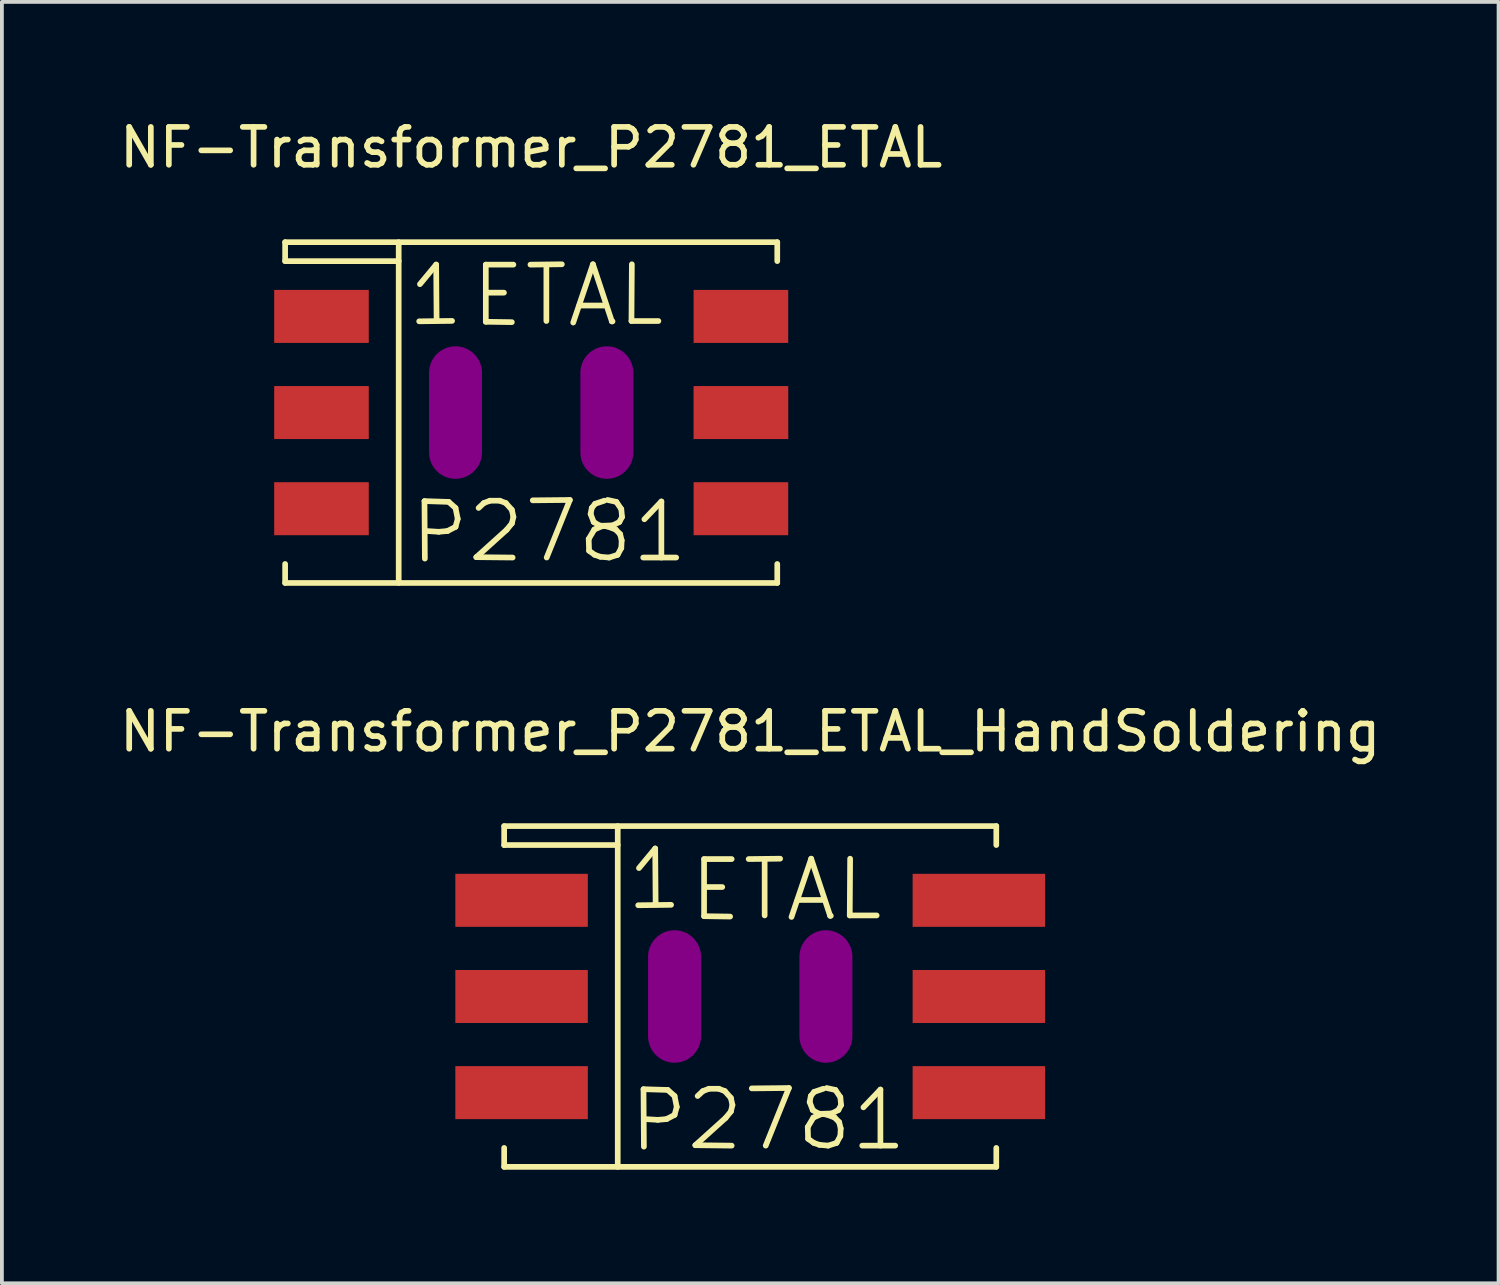
<source format=kicad_pcb>
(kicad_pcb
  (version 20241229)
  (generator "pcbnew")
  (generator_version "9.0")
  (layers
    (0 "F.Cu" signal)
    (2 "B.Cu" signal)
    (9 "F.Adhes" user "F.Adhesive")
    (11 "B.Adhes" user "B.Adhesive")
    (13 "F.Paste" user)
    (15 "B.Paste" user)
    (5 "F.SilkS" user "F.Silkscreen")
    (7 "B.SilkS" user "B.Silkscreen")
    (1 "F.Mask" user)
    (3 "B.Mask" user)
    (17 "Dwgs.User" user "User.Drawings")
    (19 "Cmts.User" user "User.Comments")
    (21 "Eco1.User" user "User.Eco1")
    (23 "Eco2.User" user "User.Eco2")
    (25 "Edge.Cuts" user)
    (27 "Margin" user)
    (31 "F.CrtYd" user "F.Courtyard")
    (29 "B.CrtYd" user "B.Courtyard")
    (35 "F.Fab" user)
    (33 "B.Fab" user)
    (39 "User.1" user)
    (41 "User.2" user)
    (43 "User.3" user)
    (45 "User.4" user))
  (footprint "NF-Transformer_P2781_ETAL_HandSoldering"
    (layer "F.Cu")
    (at 16.768 23.273)
    (property "Reference" "NF-Transformer_P2781_ETAL_HandSoldering" (at 0 -7 0) (layer "F.SilkS") (effects (font (size 1 1) (thickness 0.15))))
    (attr smd)
    (fp_line (start -6.5 -4.501) (end -6.5 -4) (stroke (width 0.15) (type solid)) (layer "F.SilkS"))
    (fp_line (start -6.5 -4.501) (end 6.5 -4.501) (stroke (width 0.15) (type solid)) (layer "F.SilkS"))
    (fp_line (start -6.5 -4) (end -3.5 -4) (stroke (width 0.15) (type solid)) (layer "F.SilkS"))
    (fp_line (start -6.5 4.501) (end -6.5 4) (stroke (width 0.15) (type solid)) (layer "F.SilkS"))
    (fp_line (start -3.5 -4.501) (end -3.5 4.501) (stroke (width 0.15) (type solid)) (layer "F.SilkS"))
    (fp_line (start -2.959 -2.41) (end -2.09 -2.421) (stroke (width 0.15) (type solid)) (layer "F.SilkS"))
    (fp_line (start -2.939 -3.391) (end -2.51 -3.909) (stroke (width 0.15) (type solid)) (layer "F.SilkS"))
    (fp_line (start -2.819 2.449) (end -2.179 2.469) (stroke (width 0.15) (type solid)) (layer "F.SilkS"))
    (fp_line (start -2.809 3.967) (end -2.819 2.449) (stroke (width 0.15) (type solid)) (layer "F.SilkS"))
    (fp_line (start -2.51 -3.909) (end -2.499 -2.431) (stroke (width 0.15) (type solid)) (layer "F.SilkS"))
    (fp_line (start -2.441 3.259) (end -2.771 3.239) (stroke (width 0.15) (type solid)) (layer "F.SilkS"))
    (fp_line (start -2.21 3.239) (end -2.441 3.259) (stroke (width 0.15) (type solid)) (layer "F.SilkS"))
    (fp_line (start -2.179 2.469) (end -1.999 2.629) (stroke (width 0.15) (type solid)) (layer "F.SilkS"))
    (fp_line (start -1.999 2.629) (end -1.941 2.918) (stroke (width 0.15) (type solid)) (layer "F.SilkS"))
    (fp_line (start -1.999 3.129) (end -2.21 3.239) (stroke (width 0.15) (type solid)) (layer "F.SilkS"))
    (fp_line (start -1.941 2.918) (end -1.999 3.129) (stroke (width 0.15) (type solid)) (layer "F.SilkS"))
    (fp_line (start -1.45 3.929) (end -0.49 3.94) (stroke (width 0.15) (type solid)) (layer "F.SilkS"))
    (fp_line (start -1.389 2.629) (end -1.25 2.499) (stroke (width 0.15) (type solid)) (layer "F.SilkS"))
    (fp_line (start -1.25 2.499) (end -1.09 2.438) (stroke (width 0.15) (type solid)) (layer "F.SilkS"))
    (fp_line (start -1.219 -3.63) (end -1.219 -2.121) (stroke (width 0.15) (type solid)) (layer "F.SilkS"))
    (fp_line (start -1.219 -2.121) (end -0.531 -2.111) (stroke (width 0.15) (type solid)) (layer "F.SilkS"))
    (fp_line (start -1.191 -2.891) (end -0.739 -2.891) (stroke (width 0.15) (type solid)) (layer "F.SilkS"))
    (fp_line (start -1.09 2.438) (end -0.831 2.438) (stroke (width 0.15) (type solid)) (layer "F.SilkS"))
    (fp_line (start -0.831 2.438) (end -0.671 2.499) (stroke (width 0.15) (type solid)) (layer "F.SilkS"))
    (fp_line (start -0.671 2.499) (end -0.511 2.68) (stroke (width 0.15) (type solid)) (layer "F.SilkS"))
    (fp_line (start -0.65 3.208) (end -1.45 3.929) (stroke (width 0.15) (type solid)) (layer "F.SilkS"))
    (fp_line (start -0.511 2.68) (end -0.47 2.868) (stroke (width 0.15) (type solid)) (layer "F.SilkS"))
    (fp_line (start -0.511 3.038) (end -0.65 3.208) (stroke (width 0.15) (type solid)) (layer "F.SilkS"))
    (fp_line (start -0.49 -3.63) (end -1.219 -3.63) (stroke (width 0.15) (type solid)) (layer "F.SilkS"))
    (fp_line (start -0.47 2.868) (end -0.511 3.038) (stroke (width 0.15) (type solid)) (layer "F.SilkS"))
    (fp_line (start -0.041 -3.63) (end 0.79 -3.64) (stroke (width 0.15) (type solid)) (layer "F.SilkS"))
    (fp_line (start 0.041 2.428) (end 1.021 2.418) (stroke (width 0.15) (type solid)) (layer "F.SilkS"))
    (fp_line (start 0.381 -3.609) (end 0.381 -2.141) (stroke (width 0.15) (type solid)) (layer "F.SilkS"))
    (fp_line (start 1.021 2.418) (end 0.409 3.94) (stroke (width 0.15) (type solid)) (layer "F.SilkS"))
    (fp_line (start 1.09 -2.101) (end 1.61 -3.64) (stroke (width 0.15) (type solid)) (layer "F.SilkS"))
    (fp_line (start 1.25 -2.55) (end 1.9 -2.55) (stroke (width 0.15) (type solid)) (layer "F.SilkS"))
    (fp_line (start 1.519 3.449) (end 1.529 3.759) (stroke (width 0.15) (type solid)) (layer "F.SilkS"))
    (fp_line (start 1.529 3.759) (end 1.679 3.868) (stroke (width 0.15) (type solid)) (layer "F.SilkS"))
    (fp_line (start 1.57 2.789) (end 1.6 2.629) (stroke (width 0.15) (type solid)) (layer "F.SilkS"))
    (fp_line (start 1.6 2.629) (end 1.689 2.52) (stroke (width 0.15) (type solid)) (layer "F.SilkS"))
    (fp_line (start 1.61 -3.64) (end 2.111 -2.131) (stroke (width 0.15) (type solid)) (layer "F.SilkS"))
    (fp_line (start 1.651 3) (end 1.57 2.789) (stroke (width 0.15) (type solid)) (layer "F.SilkS"))
    (fp_line (start 1.669 3.198) (end 1.519 3.449) (stroke (width 0.15) (type solid)) (layer "F.SilkS"))
    (fp_line (start 1.679 3.868) (end 1.829 3.919) (stroke (width 0.15) (type solid)) (layer "F.SilkS"))
    (fp_line (start 1.689 2.52) (end 1.93 2.438) (stroke (width 0.15) (type solid)) (layer "F.SilkS"))
    (fp_line (start 1.791 3.089) (end 1.651 3) (stroke (width 0.15) (type solid)) (layer "F.SilkS"))
    (fp_line (start 1.829 3.919) (end 2.06 3.94) (stroke (width 0.15) (type solid)) (layer "F.SilkS"))
    (fp_line (start 1.9 3.099) (end 1.669 3.198) (stroke (width 0.15) (type solid)) (layer "F.SilkS"))
    (fp_line (start 2.019 2.418) (end 2.25 2.469) (stroke (width 0.15) (type solid)) (layer "F.SilkS"))
    (fp_line (start 2.019 3.119) (end 1.791 3.089) (stroke (width 0.15) (type solid)) (layer "F.SilkS"))
    (fp_line (start 2.06 3.94) (end 2.281 3.868) (stroke (width 0.15) (type solid)) (layer "F.SilkS"))
    (fp_line (start 2.111 -2.131) (end 2.129 -2.131) (stroke (width 0.15) (type solid)) (layer "F.SilkS"))
    (fp_line (start 2.159 3.089) (end 1.9 3.099) (stroke (width 0.15) (type solid)) (layer "F.SilkS"))
    (fp_line (start 2.23 3.198) (end 2.019 3.119) (stroke (width 0.15) (type solid)) (layer "F.SilkS"))
    (fp_line (start 2.25 2.469) (end 2.38 2.659) (stroke (width 0.15) (type solid)) (layer "F.SilkS"))
    (fp_line (start 2.281 3.868) (end 2.38 3.688) (stroke (width 0.15) (type solid)) (layer "F.SilkS"))
    (fp_line (start 2.329 3) (end 2.159 3.089) (stroke (width 0.15) (type solid)) (layer "F.SilkS"))
    (fp_line (start 2.349 3.32) (end 2.23 3.198) (stroke (width 0.15) (type solid)) (layer "F.SilkS"))
    (fp_line (start 2.38 2.659) (end 2.4 2.868) (stroke (width 0.15) (type solid)) (layer "F.SilkS"))
    (fp_line (start 2.38 3.688) (end 2.39 3.487) (stroke (width 0.15) (type solid)) (layer "F.SilkS"))
    (fp_line (start 2.39 3.487) (end 2.349 3.32) (stroke (width 0.15) (type solid)) (layer "F.SilkS"))
    (fp_line (start 2.4 2.868) (end 2.329 3) (stroke (width 0.15) (type solid)) (layer "F.SilkS"))
    (fp_line (start 2.629 -2.141) (end 3.34 -2.141) (stroke (width 0.15) (type solid)) (layer "F.SilkS"))
    (fp_line (start 2.639 -3.64) (end 2.629 -2.141) (stroke (width 0.15) (type solid)) (layer "F.SilkS"))
    (fp_line (start 2.959 3.94) (end 3.83 3.94) (stroke (width 0.15) (type solid)) (layer "F.SilkS"))
    (fp_line (start 2.99 2.929) (end 3.439 2.459) (stroke (width 0.15) (type solid)) (layer "F.SilkS"))
    (fp_line (start 3.439 2.459) (end 3.439 3.94) (stroke (width 0.15) (type solid)) (layer "F.SilkS"))
    (fp_line (start 6.5 -4.501) (end 6.5 -4) (stroke (width 0.15) (type solid)) (layer "F.SilkS"))
    (fp_line (start 6.5 4.501) (end -6.5 4.501) (stroke (width 0.15) (type solid)) (layer "F.SilkS"))
    (fp_line (start 6.5 4.501) (end 6.5 4) (stroke (width 0.15) (type solid)) (layer "F.SilkS"))
    (pad "" smd oval (at -1.999 0 90) (size 3.5 1.4) (layers "F.Adhes"))
    (pad "" smd oval (at 1.999 0 90) (size 3.5 1.4) (layers "F.Adhes"))
    (pad "1" smd rect (at -6.04 -2.54) (size 3.5 1.4) (layers "F.Cu" "F.Mask" "F.Paste"))
    (pad "2" smd rect (at -6.04 0) (size 3.5 1.4) (layers "F.Cu" "F.Mask" "F.Paste"))
    (pad "3" smd rect (at -6.04 2.54) (size 3.5 1.4) (layers "F.Cu" "F.Mask" "F.Paste"))
    (pad "4" smd rect (at 6.04 2.54) (size 3.5 1.4) (layers "F.Cu" "F.Mask" "F.Paste"))
    (pad "5" smd rect (at 6.04 0) (size 3.5 1.4) (layers "F.Cu" "F.Mask" "F.Paste"))
    (pad "6" smd rect (at 6.04 -2.54) (size 3.5 1.4) (layers "F.Cu" "F.Mask" "F.Paste")))
  (footprint "NF-Transformer_P2781_ETAL"
    (layer "F.Cu")
    (at 10.982 7.848)
    (property "Reference" "NF-Transformer_P2781_ETAL" (at 0 -7 0) (layer "F.SilkS") (effects (font (size 1 1) (thickness 0.15))))
    (attr smd)
    (fp_line (start -6.5 -4.501) (end -6.5 -4) (stroke (width 0.15) (type solid)) (layer "F.SilkS"))
    (fp_line (start -6.5 -4.501) (end 6.5 -4.501) (stroke (width 0.15) (type solid)) (layer "F.SilkS"))
    (fp_line (start -6.5 -4) (end -3.5 -4) (stroke (width 0.15) (type solid)) (layer "F.SilkS"))
    (fp_line (start -6.5 4.501) (end -6.5 4) (stroke (width 0.15) (type solid)) (layer "F.SilkS"))
    (fp_line (start -3.5 -4.501) (end -3.5 4.501) (stroke (width 0.15) (type solid)) (layer "F.SilkS"))
    (fp_line (start -2.959 -2.41) (end -2.09 -2.421) (stroke (width 0.15) (type solid)) (layer "F.SilkS"))
    (fp_line (start -2.939 -3.391) (end -2.51 -3.909) (stroke (width 0.15) (type solid)) (layer "F.SilkS"))
    (fp_line (start -2.819 2.339) (end -2.179 2.36) (stroke (width 0.15) (type solid)) (layer "F.SilkS"))
    (fp_line (start -2.809 3.858) (end -2.819 2.339) (stroke (width 0.15) (type solid)) (layer "F.SilkS"))
    (fp_line (start -2.51 -3.909) (end -2.499 -2.431) (stroke (width 0.15) (type solid)) (layer "F.SilkS"))
    (fp_line (start -2.441 3.15) (end -2.771 3.129) (stroke (width 0.15) (type solid)) (layer "F.SilkS"))
    (fp_line (start -2.21 3.129) (end -2.441 3.15) (stroke (width 0.15) (type solid)) (layer "F.SilkS"))
    (fp_line (start -2.179 2.36) (end -1.999 2.52) (stroke (width 0.15) (type solid)) (layer "F.SilkS"))
    (fp_line (start -1.999 2.52) (end -1.941 2.809) (stroke (width 0.15) (type solid)) (layer "F.SilkS"))
    (fp_line (start -1.999 3.02) (end -2.21 3.129) (stroke (width 0.15) (type solid)) (layer "F.SilkS"))
    (fp_line (start -1.941 2.809) (end -1.999 3.02) (stroke (width 0.15) (type solid)) (layer "F.SilkS"))
    (fp_line (start -1.45 3.82) (end -0.49 3.83) (stroke (width 0.15) (type solid)) (layer "F.SilkS"))
    (fp_line (start -1.389 2.52) (end -1.25 2.39) (stroke (width 0.15) (type solid)) (layer "F.SilkS"))
    (fp_line (start -1.25 2.39) (end -1.09 2.329) (stroke (width 0.15) (type solid)) (layer "F.SilkS"))
    (fp_line (start -1.199 -3.907) (end -1.199 -2.398) (stroke (width 0.15) (type solid)) (layer "F.SilkS"))
    (fp_line (start -1.199 -2.398) (end -0.511 -2.388) (stroke (width 0.15) (type solid)) (layer "F.SilkS"))
    (fp_line (start -1.171 -3.167) (end -0.719 -3.167) (stroke (width 0.15) (type solid)) (layer "F.SilkS"))
    (fp_line (start -1.09 2.329) (end -0.831 2.329) (stroke (width 0.15) (type solid)) (layer "F.SilkS"))
    (fp_line (start -0.831 2.329) (end -0.671 2.39) (stroke (width 0.15) (type solid)) (layer "F.SilkS"))
    (fp_line (start -0.671 2.39) (end -0.511 2.57) (stroke (width 0.15) (type solid)) (layer "F.SilkS"))
    (fp_line (start -0.65 3.099) (end -1.45 3.82) (stroke (width 0.15) (type solid)) (layer "F.SilkS"))
    (fp_line (start -0.511 2.57) (end -0.47 2.758) (stroke (width 0.15) (type solid)) (layer "F.SilkS"))
    (fp_line (start -0.511 2.929) (end -0.65 3.099) (stroke (width 0.15) (type solid)) (layer "F.SilkS"))
    (fp_line (start -0.47 -3.907) (end -1.199 -3.907) (stroke (width 0.15) (type solid)) (layer "F.SilkS"))
    (fp_line (start -0.47 2.758) (end -0.511 2.929) (stroke (width 0.15) (type solid)) (layer "F.SilkS"))
    (fp_line (start -0.02 -3.907) (end 0.81 -3.917) (stroke (width 0.15) (type solid)) (layer "F.SilkS"))
    (fp_line (start 0.041 2.319) (end 1.021 2.309) (stroke (width 0.15) (type solid)) (layer "F.SilkS"))
    (fp_line (start 0.401 -3.886) (end 0.401 -2.418) (stroke (width 0.15) (type solid)) (layer "F.SilkS"))
    (fp_line (start 1.021 2.309) (end 0.409 3.83) (stroke (width 0.15) (type solid)) (layer "F.SilkS"))
    (fp_line (start 1.11 -2.377) (end 1.631 -3.917) (stroke (width 0.15) (type solid)) (layer "F.SilkS"))
    (fp_line (start 1.27 -2.827) (end 1.92 -2.827) (stroke (width 0.15) (type solid)) (layer "F.SilkS"))
    (fp_line (start 1.519 3.34) (end 1.529 3.65) (stroke (width 0.15) (type solid)) (layer "F.SilkS"))
    (fp_line (start 1.529 3.65) (end 1.679 3.759) (stroke (width 0.15) (type solid)) (layer "F.SilkS"))
    (fp_line (start 1.57 2.68) (end 1.6 2.52) (stroke (width 0.15) (type solid)) (layer "F.SilkS"))
    (fp_line (start 1.6 2.52) (end 1.689 2.41) (stroke (width 0.15) (type solid)) (layer "F.SilkS"))
    (fp_line (start 1.631 -3.917) (end 2.131 -2.408) (stroke (width 0.15) (type solid)) (layer "F.SilkS"))
    (fp_line (start 1.651 2.891) (end 1.57 2.68) (stroke (width 0.15) (type solid)) (layer "F.SilkS"))
    (fp_line (start 1.669 3.089) (end 1.519 3.34) (stroke (width 0.15) (type solid)) (layer "F.SilkS"))
    (fp_line (start 1.679 3.759) (end 1.829 3.81) (stroke (width 0.15) (type solid)) (layer "F.SilkS"))
    (fp_line (start 1.689 2.41) (end 1.93 2.329) (stroke (width 0.15) (type solid)) (layer "F.SilkS"))
    (fp_line (start 1.791 2.979) (end 1.651 2.891) (stroke (width 0.15) (type solid)) (layer "F.SilkS"))
    (fp_line (start 1.829 3.81) (end 2.06 3.83) (stroke (width 0.15) (type solid)) (layer "F.SilkS"))
    (fp_line (start 1.9 2.99) (end 1.669 3.089) (stroke (width 0.15) (type solid)) (layer "F.SilkS"))
    (fp_line (start 2.019 2.309) (end 2.25 2.36) (stroke (width 0.15) (type solid)) (layer "F.SilkS"))
    (fp_line (start 2.019 3.01) (end 1.791 2.979) (stroke (width 0.15) (type solid)) (layer "F.SilkS"))
    (fp_line (start 2.06 3.83) (end 2.281 3.759) (stroke (width 0.15) (type solid)) (layer "F.SilkS"))
    (fp_line (start 2.131 -2.408) (end 2.149 -2.408) (stroke (width 0.15) (type solid)) (layer "F.SilkS"))
    (fp_line (start 2.159 2.979) (end 1.9 2.99) (stroke (width 0.15) (type solid)) (layer "F.SilkS"))
    (fp_line (start 2.23 3.089) (end 2.019 3.01) (stroke (width 0.15) (type solid)) (layer "F.SilkS"))
    (fp_line (start 2.25 2.36) (end 2.38 2.55) (stroke (width 0.15) (type solid)) (layer "F.SilkS"))
    (fp_line (start 2.281 3.759) (end 2.38 3.579) (stroke (width 0.15) (type solid)) (layer "F.SilkS"))
    (fp_line (start 2.329 2.891) (end 2.159 2.979) (stroke (width 0.15) (type solid)) (layer "F.SilkS"))
    (fp_line (start 2.349 3.211) (end 2.23 3.089) (stroke (width 0.15) (type solid)) (layer "F.SilkS"))
    (fp_line (start 2.38 2.55) (end 2.4 2.758) (stroke (width 0.15) (type solid)) (layer "F.SilkS"))
    (fp_line (start 2.38 3.579) (end 2.39 3.378) (stroke (width 0.15) (type solid)) (layer "F.SilkS"))
    (fp_line (start 2.39 3.378) (end 2.349 3.211) (stroke (width 0.15) (type solid)) (layer "F.SilkS"))
    (fp_line (start 2.4 2.758) (end 2.329 2.891) (stroke (width 0.15) (type solid)) (layer "F.SilkS"))
    (fp_line (start 2.649 -2.418) (end 3.36 -2.418) (stroke (width 0.15) (type solid)) (layer "F.SilkS"))
    (fp_line (start 2.659 -3.917) (end 2.649 -2.418) (stroke (width 0.15) (type solid)) (layer "F.SilkS"))
    (fp_line (start 2.959 3.83) (end 3.83 3.83) (stroke (width 0.15) (type solid)) (layer "F.SilkS"))
    (fp_line (start 2.99 2.819) (end 3.439 2.349) (stroke (width 0.15) (type solid)) (layer "F.SilkS"))
    (fp_line (start 3.439 2.349) (end 3.439 3.83) (stroke (width 0.15) (type solid)) (layer "F.SilkS"))
    (fp_line (start 6.5 -4.501) (end 6.5 -4) (stroke (width 0.15) (type solid)) (layer "F.SilkS"))
    (fp_line (start 6.5 4.501) (end -6.5 4.501) (stroke (width 0.15) (type solid)) (layer "F.SilkS"))
    (fp_line (start 6.5 4.501) (end 6.5 4) (stroke (width 0.15) (type solid)) (layer "F.SilkS"))
    (pad "" smd oval (at -1.999 0 90) (size 3.5 1.4) (layers "F.Adhes"))
    (pad "" smd oval (at 1.999 0 90) (size 3.5 1.4) (layers "F.Adhes"))
    (pad "1" smd rect (at -5.54 -2.54) (size 2.499 1.4) (layers "F.Cu" "F.Mask" "F.Paste"))
    (pad "2" smd rect (at -5.54 0) (size 2.499 1.4) (layers "F.Cu" "F.Mask" "F.Paste"))
    (pad "3" smd rect (at -5.54 2.54) (size 2.499 1.4) (layers "F.Cu" "F.Mask" "F.Paste"))
    (pad "4" smd rect (at 5.54 2.54) (size 2.499 1.4) (layers "F.Cu" "F.Mask" "F.Paste"))
    (pad "5" smd rect (at 5.54 0) (size 2.502 1.4) (layers "F.Cu" "F.Mask" "F.Paste"))
    (pad "6" smd rect (at 5.54 -2.54) (size 2.499 1.4) (layers "F.Cu" "F.Mask" "F.Paste")))
  (gr_rect
    (start -3 -3)
    (end 36.536 30.849)
    (stroke (width 0.1) (type default))
    (fill no)
    (layer "Edge.Cuts")))
</source>
